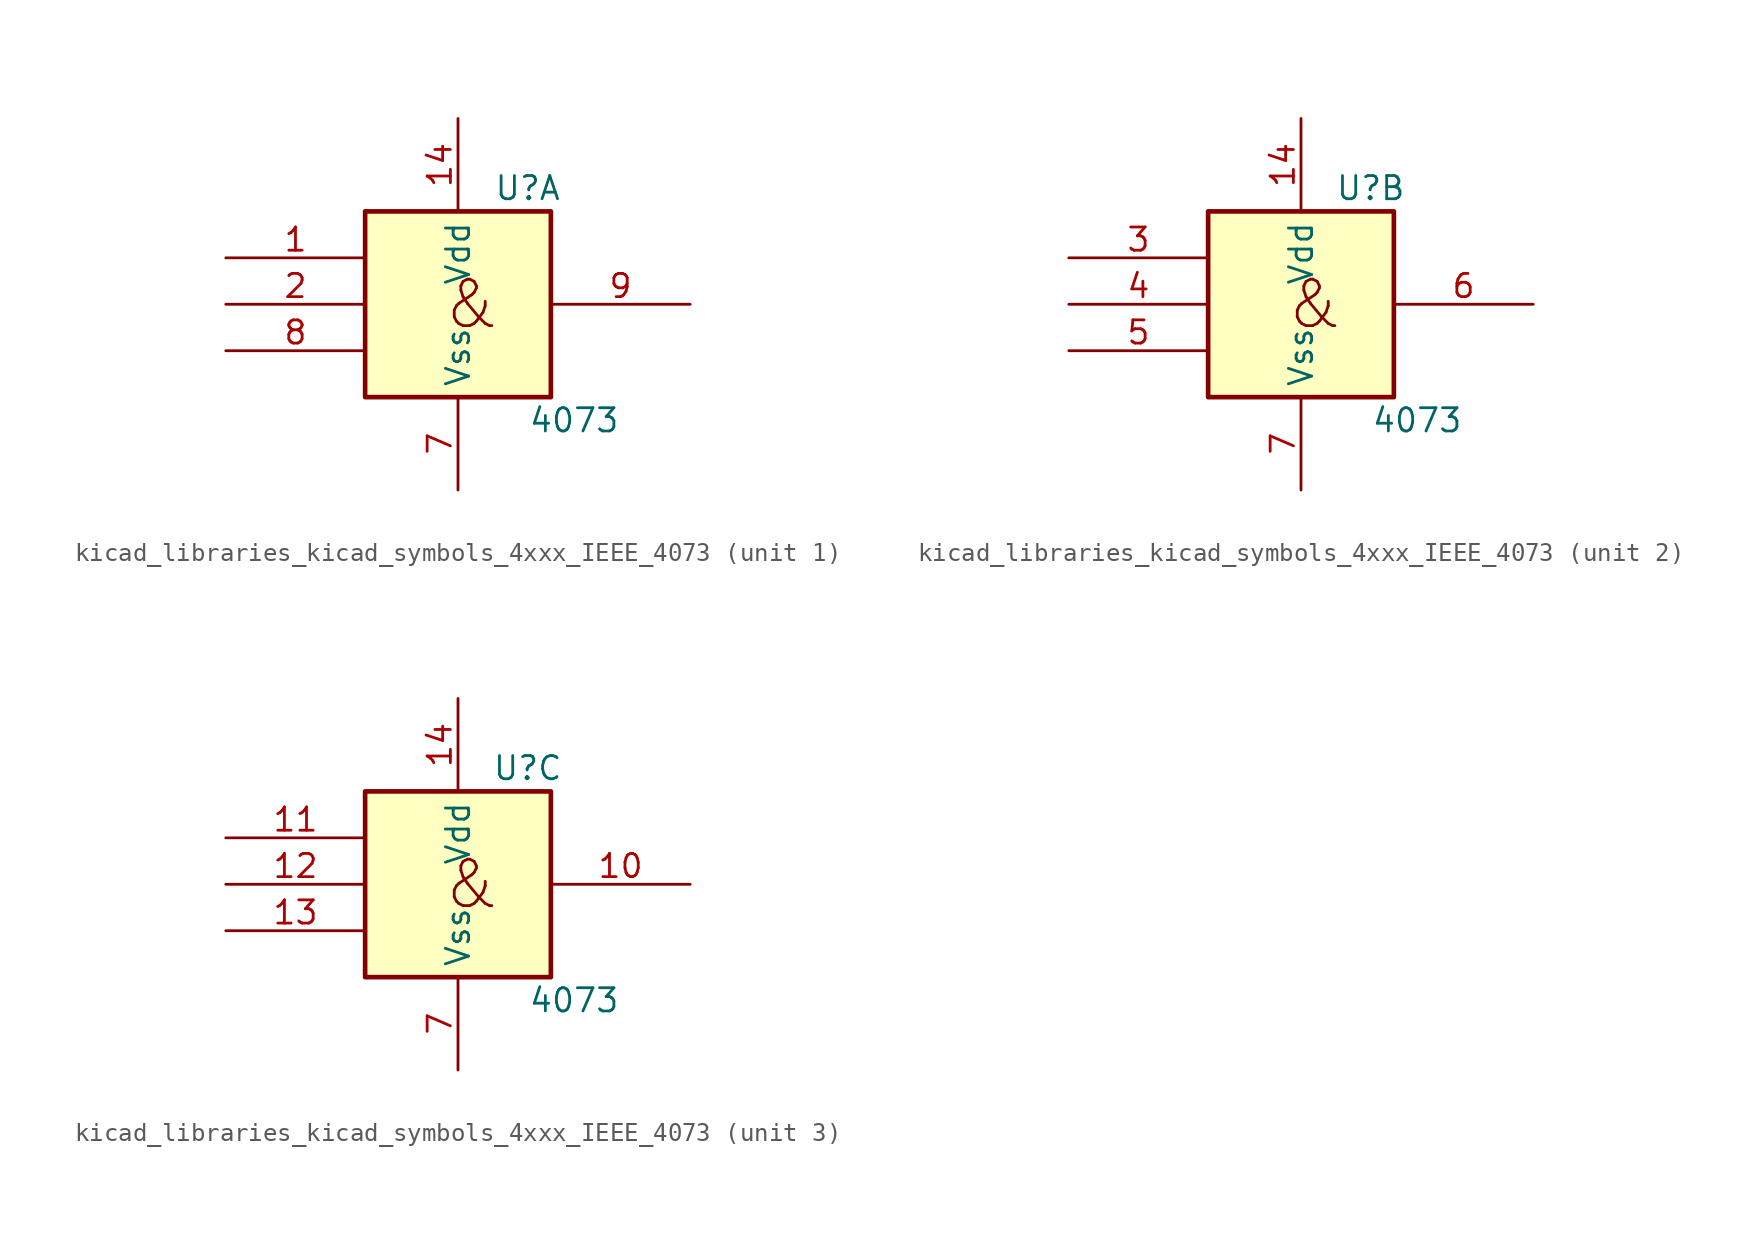
<source format=kicad_sym>
(kicad_symbol_lib
  (version 20220914)
  (generator kicad_symbol_editor)
  (symbol "kicad_libraries_kicad_symbols_4xxx_IEEE_4073"
    (property "Reference" "U"
      (at 3.81 6.35 0)
      (effects (font (size 1.27 1.27))))
    (property "Value" "4073"
      (at 6.35 -6.35 0)
      (effects (font (size 1.27 1.27))))
    (symbol "kicad_libraries_kicad_symbols_4xxx_IEEE_4073_0_0"
      (rectangle (start -5.08 5.08) (end 5.08 -5.08) (stroke (width 0.254) (type default)) (fill (type background)))
      (text "&" (at 0.762 0 0) (effects (font (size 2.54 2.54))))
      (pin power_in line (at 0 10.16 270) (length 5.08) (name "Vdd" (effects (font (size 1.27 1.27)))) (number "14" (effects (font (size 1.27 1.27)))))
      (pin power_in line (at 0 -10.16 90) (length 5.08) (name "Vss" (effects (font (size 1.27 1.27)))) (number "7" (effects (font (size 1.27 1.27))))))
    (symbol "kicad_libraries_kicad_symbols_4xxx_IEEE_4073_1_1"
      (pin input line (at -12.7 2.54 0) (length 7.62) (name "~" (effects (font (size 1.27 1.27)))) (number "1" (effects (font (size 1.27 1.27)))))
      (pin input line (at -12.7 0 0) (length 7.62) (name "~" (effects (font (size 1.27 1.27)))) (number "2" (effects (font (size 1.27 1.27)))))
      (pin input line (at -12.7 -2.54 0) (length 7.62) (name "~" (effects (font (size 1.27 1.27)))) (number "8" (effects (font (size 1.27 1.27)))))
      (pin output line (at 12.7 0 180) (length 7.62) (name "~" (effects (font (size 1.27 1.27)))) (number "9" (effects (font (size 1.27 1.27))))))
    (symbol "kicad_libraries_kicad_symbols_4xxx_IEEE_4073_2_1"
      (pin input line (at -12.7 2.54 0) (length 7.62) (name "~" (effects (font (size 1.27 1.27)))) (number "3" (effects (font (size 1.27 1.27)))))
      (pin input line (at -12.7 0 0) (length 7.62) (name "~" (effects (font (size 1.27 1.27)))) (number "4" (effects (font (size 1.27 1.27)))))
      (pin input line (at -12.7 -2.54 0) (length 7.62) (name "~" (effects (font (size 1.27 1.27)))) (number "5" (effects (font (size 1.27 1.27)))))
      (pin output line (at 12.7 0 180) (length 7.62) (name "~" (effects (font (size 1.27 1.27)))) (number "6" (effects (font (size 1.27 1.27))))))
    (symbol "kicad_libraries_kicad_symbols_4xxx_IEEE_4073_3_1"
      (pin output line (at 12.7 0 180) (length 7.62) (name "~" (effects (font (size 1.27 1.27)))) (number "10" (effects (font (size 1.27 1.27)))))
      (pin input line (at -12.7 2.54 0) (length 7.62) (name "~" (effects (font (size 1.27 1.27)))) (number "11" (effects (font (size 1.27 1.27)))))
      (pin input line (at -12.7 0 0) (length 7.62) (name "~" (effects (font (size 1.27 1.27)))) (number "12" (effects (font (size 1.27 1.27)))))
      (pin input line (at -12.7 -2.54 0) (length 7.62) (name "~" (effects (font (size 1.27 1.27)))) (number "13" (effects (font (size 1.27 1.27))))))))
</source>
